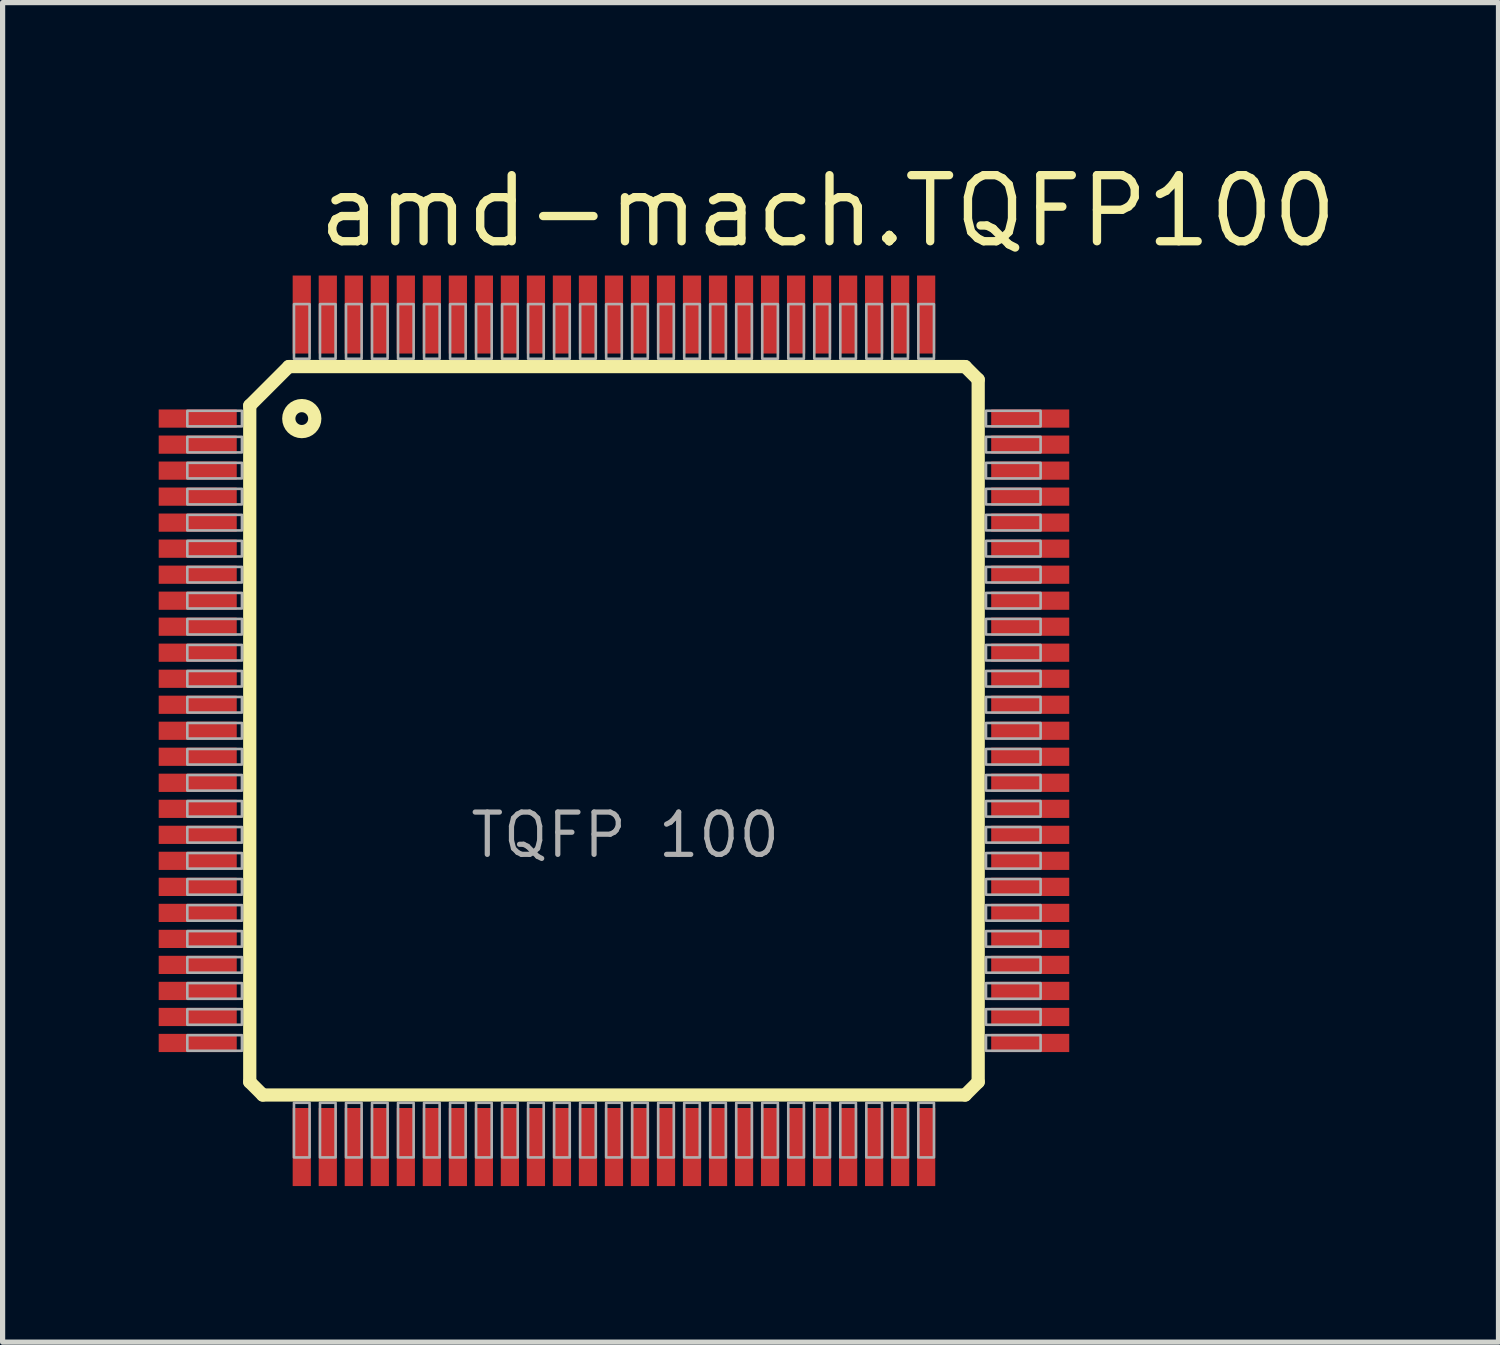
<source format=kicad_pcb>
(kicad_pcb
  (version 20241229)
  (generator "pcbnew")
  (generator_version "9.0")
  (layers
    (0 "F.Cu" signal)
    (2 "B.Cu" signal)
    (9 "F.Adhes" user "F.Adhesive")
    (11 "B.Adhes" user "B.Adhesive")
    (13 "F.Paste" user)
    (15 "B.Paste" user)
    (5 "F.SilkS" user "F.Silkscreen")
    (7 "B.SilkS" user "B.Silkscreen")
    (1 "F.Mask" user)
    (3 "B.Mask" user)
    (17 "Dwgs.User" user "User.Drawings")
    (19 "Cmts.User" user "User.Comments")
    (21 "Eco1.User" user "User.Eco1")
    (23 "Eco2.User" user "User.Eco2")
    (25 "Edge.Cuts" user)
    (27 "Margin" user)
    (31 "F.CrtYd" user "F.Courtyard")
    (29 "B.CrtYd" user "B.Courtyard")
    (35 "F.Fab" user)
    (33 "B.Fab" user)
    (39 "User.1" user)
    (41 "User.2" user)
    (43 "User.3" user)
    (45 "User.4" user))
  (footprint "amd-mach.TQFP100"
    (layer "F.Cu")
    (at 8.75 10.995)
    (property "Reference" "amd-mach.TQFP100" (at -5.76 -9.245 0) (layer "F.SilkS") (effects (font (size 1.27 1.27) (thickness 0.16)) (justify left bottom)))
    (attr smd)
    (fp_line (start -7 -6.25) (end -6.25 -7) (stroke (width 0.254) (type default)) (layer "F.SilkS"))
    (fp_line (start -7 6.75) (end -7 -6.25) (stroke (width 0.254) (type default)) (layer "F.SilkS"))
    (fp_line (start -6.75 7) (end -7 6.75) (stroke (width 0.254) (type default)) (layer "F.SilkS"))
    (fp_line (start -6.25 -7) (end 6.75 -7) (stroke (width 0.254) (type default)) (layer "F.SilkS"))
    (fp_line (start 6.75 -7) (end 7 -6.75) (stroke (width 0.254) (type default)) (layer "F.SilkS"))
    (fp_line (start 6.75 7) (end -6.75 7) (stroke (width 0.254) (type default)) (layer "F.SilkS"))
    (fp_line (start 7 -6.75) (end 7 6.75) (stroke (width 0.254) (type default)) (layer "F.SilkS"))
    (fp_line (start 7 6.75) (end 6.75 7) (stroke (width 0.254) (type default)) (layer "F.SilkS"))
    (fp_circle (center -6 -6) (end -5.75 -6) (stroke (width 0.254) (type default)) (fill no) (layer "F.SilkS"))
    (fp_rect (start -8.2 -5.85) (end -7.15 -6.15) (stroke (width 0.05) (type default)) (fill no) (layer "F.Fab"))
    (fp_rect (start -8.2 -5.35) (end -7.15 -5.65) (stroke (width 0.05) (type default)) (fill no) (layer "F.Fab"))
    (fp_rect (start -8.2 -4.85) (end -7.15 -5.15) (stroke (width 0.05) (type default)) (fill no) (layer "F.Fab"))
    (fp_rect (start -8.2 -4.35) (end -7.15 -4.65) (stroke (width 0.05) (type default)) (fill no) (layer "F.Fab"))
    (fp_rect (start -8.2 -3.85) (end -7.15 -4.15) (stroke (width 0.05) (type default)) (fill no) (layer "F.Fab"))
    (fp_rect (start -8.2 -3.35) (end -7.15 -3.65) (stroke (width 0.05) (type default)) (fill no) (layer "F.Fab"))
    (fp_rect (start -8.2 -2.85) (end -7.15 -3.15) (stroke (width 0.05) (type default)) (fill no) (layer "F.Fab"))
    (fp_rect (start -8.2 -2.35) (end -7.15 -2.65) (stroke (width 0.05) (type default)) (fill no) (layer "F.Fab"))
    (fp_rect (start -8.2 -1.85) (end -7.15 -2.15) (stroke (width 0.05) (type default)) (fill no) (layer "F.Fab"))
    (fp_rect (start -8.2 -1.35) (end -7.15 -1.65) (stroke (width 0.05) (type default)) (fill no) (layer "F.Fab"))
    (fp_rect (start -8.2 -0.85) (end -7.15 -1.15) (stroke (width 0.05) (type default)) (fill no) (layer "F.Fab"))
    (fp_rect (start -8.2 -0.35) (end -7.15 -0.65) (stroke (width 0.05) (type default)) (fill no) (layer "F.Fab"))
    (fp_rect (start -8.2 0.15) (end -7.15 -0.15) (stroke (width 0.05) (type default)) (fill no) (layer "F.Fab"))
    (fp_rect (start -8.2 0.65) (end -7.15 0.35) (stroke (width 0.05) (type default)) (fill no) (layer "F.Fab"))
    (fp_rect (start -8.2 1.15) (end -7.15 0.85) (stroke (width 0.05) (type default)) (fill no) (layer "F.Fab"))
    (fp_rect (start -8.2 1.65) (end -7.15 1.35) (stroke (width 0.05) (type default)) (fill no) (layer "F.Fab"))
    (fp_rect (start -8.2 2.15) (end -7.15 1.85) (stroke (width 0.05) (type default)) (fill no) (layer "F.Fab"))
    (fp_rect (start -8.2 2.65) (end -7.15 2.35) (stroke (width 0.05) (type default)) (fill no) (layer "F.Fab"))
    (fp_rect (start -8.2 3.15) (end -7.15 2.85) (stroke (width 0.05) (type default)) (fill no) (layer "F.Fab"))
    (fp_rect (start -8.2 3.65) (end -7.15 3.35) (stroke (width 0.05) (type default)) (fill no) (layer "F.Fab"))
    (fp_rect (start -8.2 4.15) (end -7.15 3.85) (stroke (width 0.05) (type default)) (fill no) (layer "F.Fab"))
    (fp_rect (start -8.2 4.65) (end -7.15 4.35) (stroke (width 0.05) (type default)) (fill no) (layer "F.Fab"))
    (fp_rect (start -8.2 5.15) (end -7.15 4.85) (stroke (width 0.05) (type default)) (fill no) (layer "F.Fab"))
    (fp_rect (start -8.2 5.65) (end -7.15 5.35) (stroke (width 0.05) (type default)) (fill no) (layer "F.Fab"))
    (fp_rect (start -8.2 6.15) (end -7.15 5.85) (stroke (width 0.05) (type default)) (fill no) (layer "F.Fab"))
    (fp_rect (start -6.15 -7.15) (end -5.85 -8.2) (stroke (width 0.05) (type default)) (fill no) (layer "F.Fab"))
    (fp_rect (start -6.15 8.2) (end -5.85 7.15) (stroke (width 0.05) (type default)) (fill no) (layer "F.Fab"))
    (fp_rect (start -5.65 -7.15) (end -5.35 -8.2) (stroke (width 0.05) (type default)) (fill no) (layer "F.Fab"))
    (fp_rect (start -5.65 8.2) (end -5.35 7.15) (stroke (width 0.05) (type default)) (fill no) (layer "F.Fab"))
    (fp_rect (start -5.15 -7.15) (end -4.85 -8.2) (stroke (width 0.05) (type default)) (fill no) (layer "F.Fab"))
    (fp_rect (start -5.15 8.2) (end -4.85 7.15) (stroke (width 0.05) (type default)) (fill no) (layer "F.Fab"))
    (fp_rect (start -4.65 -7.15) (end -4.35 -8.2) (stroke (width 0.05) (type default)) (fill no) (layer "F.Fab"))
    (fp_rect (start -4.65 8.2) (end -4.35 7.15) (stroke (width 0.05) (type default)) (fill no) (layer "F.Fab"))
    (fp_rect (start -4.15 -7.15) (end -3.85 -8.2) (stroke (width 0.05) (type default)) (fill no) (layer "F.Fab"))
    (fp_rect (start -4.15 8.2) (end -3.85 7.15) (stroke (width 0.05) (type default)) (fill no) (layer "F.Fab"))
    (fp_rect (start -3.65 -7.15) (end -3.35 -8.2) (stroke (width 0.05) (type default)) (fill no) (layer "F.Fab"))
    (fp_rect (start -3.65 8.2) (end -3.35 7.15) (stroke (width 0.05) (type default)) (fill no) (layer "F.Fab"))
    (fp_rect (start -3.15 -7.15) (end -2.85 -8.2) (stroke (width 0.05) (type default)) (fill no) (layer "F.Fab"))
    (fp_rect (start -3.15 8.2) (end -2.85 7.15) (stroke (width 0.05) (type default)) (fill no) (layer "F.Fab"))
    (fp_rect (start -2.65 -7.15) (end -2.35 -8.2) (stroke (width 0.05) (type default)) (fill no) (layer "F.Fab"))
    (fp_rect (start -2.65 8.2) (end -2.35 7.15) (stroke (width 0.05) (type default)) (fill no) (layer "F.Fab"))
    (fp_rect (start -2.15 -7.15) (end -1.85 -8.2) (stroke (width 0.05) (type default)) (fill no) (layer "F.Fab"))
    (fp_rect (start -2.15 8.2) (end -1.85 7.15) (stroke (width 0.05) (type default)) (fill no) (layer "F.Fab"))
    (fp_rect (start -1.65 -7.15) (end -1.35 -8.2) (stroke (width 0.05) (type default)) (fill no) (layer "F.Fab"))
    (fp_rect (start -1.65 8.2) (end -1.35 7.15) (stroke (width 0.05) (type default)) (fill no) (layer "F.Fab"))
    (fp_rect (start -1.15 -7.15) (end -0.85 -8.2) (stroke (width 0.05) (type default)) (fill no) (layer "F.Fab"))
    (fp_rect (start -1.15 8.2) (end -0.85 7.15) (stroke (width 0.05) (type default)) (fill no) (layer "F.Fab"))
    (fp_rect (start -0.65 -7.15) (end -0.35 -8.2) (stroke (width 0.05) (type default)) (fill no) (layer "F.Fab"))
    (fp_rect (start -0.65 8.2) (end -0.35 7.15) (stroke (width 0.05) (type default)) (fill no) (layer "F.Fab"))
    (fp_rect (start -0.15 -7.15) (end 0.15 -8.2) (stroke (width 0.05) (type default)) (fill no) (layer "F.Fab"))
    (fp_rect (start -0.15 8.2) (end 0.15 7.15) (stroke (width 0.05) (type default)) (fill no) (layer "F.Fab"))
    (fp_rect (start 0.35 -7.15) (end 0.65 -8.2) (stroke (width 0.05) (type default)) (fill no) (layer "F.Fab"))
    (fp_rect (start 0.35 8.2) (end 0.65 7.15) (stroke (width 0.05) (type default)) (fill no) (layer "F.Fab"))
    (fp_rect (start 0.85 -7.15) (end 1.15 -8.2) (stroke (width 0.05) (type default)) (fill no) (layer "F.Fab"))
    (fp_rect (start 0.85 8.2) (end 1.15 7.15) (stroke (width 0.05) (type default)) (fill no) (layer "F.Fab"))
    (fp_rect (start 1.35 -7.15) (end 1.65 -8.2) (stroke (width 0.05) (type default)) (fill no) (layer "F.Fab"))
    (fp_rect (start 1.35 8.2) (end 1.65 7.15) (stroke (width 0.05) (type default)) (fill no) (layer "F.Fab"))
    (fp_rect (start 1.85 -7.15) (end 2.15 -8.2) (stroke (width 0.05) (type default)) (fill no) (layer "F.Fab"))
    (fp_rect (start 1.85 8.2) (end 2.15 7.15) (stroke (width 0.05) (type default)) (fill no) (layer "F.Fab"))
    (fp_rect (start 2.35 -7.15) (end 2.65 -8.2) (stroke (width 0.05) (type default)) (fill no) (layer "F.Fab"))
    (fp_rect (start 2.35 8.2) (end 2.65 7.15) (stroke (width 0.05) (type default)) (fill no) (layer "F.Fab"))
    (fp_rect (start 2.85 -7.15) (end 3.15 -8.2) (stroke (width 0.05) (type default)) (fill no) (layer "F.Fab"))
    (fp_rect (start 2.85 8.2) (end 3.15 7.15) (stroke (width 0.05) (type default)) (fill no) (layer "F.Fab"))
    (fp_rect (start 3.35 -7.15) (end 3.65 -8.2) (stroke (width 0.05) (type default)) (fill no) (layer "F.Fab"))
    (fp_rect (start 3.35 8.2) (end 3.65 7.15) (stroke (width 0.05) (type default)) (fill no) (layer "F.Fab"))
    (fp_rect (start 3.85 -7.15) (end 4.15 -8.2) (stroke (width 0.05) (type default)) (fill no) (layer "F.Fab"))
    (fp_rect (start 3.85 8.2) (end 4.15 7.15) (stroke (width 0.05) (type default)) (fill no) (layer "F.Fab"))
    (fp_rect (start 4.35 -7.15) (end 4.65 -8.2) (stroke (width 0.05) (type default)) (fill no) (layer "F.Fab"))
    (fp_rect (start 4.35 8.2) (end 4.65 7.15) (stroke (width 0.05) (type default)) (fill no) (layer "F.Fab"))
    (fp_rect (start 4.85 -7.15) (end 5.15 -8.2) (stroke (width 0.05) (type default)) (fill no) (layer "F.Fab"))
    (fp_rect (start 4.85 8.2) (end 5.15 7.15) (stroke (width 0.05) (type default)) (fill no) (layer "F.Fab"))
    (fp_rect (start 5.35 -7.15) (end 5.65 -8.2) (stroke (width 0.05) (type default)) (fill no) (layer "F.Fab"))
    (fp_rect (start 5.35 8.2) (end 5.65 7.15) (stroke (width 0.05) (type default)) (fill no) (layer "F.Fab"))
    (fp_rect (start 5.85 -7.15) (end 6.15 -8.2) (stroke (width 0.05) (type default)) (fill no) (layer "F.Fab"))
    (fp_rect (start 5.85 8.2) (end 6.15 7.15) (stroke (width 0.05) (type default)) (fill no) (layer "F.Fab"))
    (fp_rect (start 7.15 -5.85) (end 8.2 -6.15) (stroke (width 0.05) (type default)) (fill no) (layer "F.Fab"))
    (fp_rect (start 7.15 -5.35) (end 8.2 -5.65) (stroke (width 0.05) (type default)) (fill no) (layer "F.Fab"))
    (fp_rect (start 7.15 -4.85) (end 8.2 -5.15) (stroke (width 0.05) (type default)) (fill no) (layer "F.Fab"))
    (fp_rect (start 7.15 -4.35) (end 8.2 -4.65) (stroke (width 0.05) (type default)) (fill no) (layer "F.Fab"))
    (fp_rect (start 7.15 -3.85) (end 8.2 -4.15) (stroke (width 0.05) (type default)) (fill no) (layer "F.Fab"))
    (fp_rect (start 7.15 -3.35) (end 8.2 -3.65) (stroke (width 0.05) (type default)) (fill no) (layer "F.Fab"))
    (fp_rect (start 7.15 -2.85) (end 8.2 -3.15) (stroke (width 0.05) (type default)) (fill no) (layer "F.Fab"))
    (fp_rect (start 7.15 -2.35) (end 8.2 -2.65) (stroke (width 0.05) (type default)) (fill no) (layer "F.Fab"))
    (fp_rect (start 7.15 -1.85) (end 8.2 -2.15) (stroke (width 0.05) (type default)) (fill no) (layer "F.Fab"))
    (fp_rect (start 7.15 -1.35) (end 8.2 -1.65) (stroke (width 0.05) (type default)) (fill no) (layer "F.Fab"))
    (fp_rect (start 7.15 -0.85) (end 8.2 -1.15) (stroke (width 0.05) (type default)) (fill no) (layer "F.Fab"))
    (fp_rect (start 7.15 -0.35) (end 8.2 -0.65) (stroke (width 0.05) (type default)) (fill no) (layer "F.Fab"))
    (fp_rect (start 7.15 0.15) (end 8.2 -0.15) (stroke (width 0.05) (type default)) (fill no) (layer "F.Fab"))
    (fp_rect (start 7.15 0.65) (end 8.2 0.35) (stroke (width 0.05) (type default)) (fill no) (layer "F.Fab"))
    (fp_rect (start 7.15 1.15) (end 8.2 0.85) (stroke (width 0.05) (type default)) (fill no) (layer "F.Fab"))
    (fp_rect (start 7.15 1.65) (end 8.2 1.35) (stroke (width 0.05) (type default)) (fill no) (layer "F.Fab"))
    (fp_rect (start 7.15 2.15) (end 8.2 1.85) (stroke (width 0.05) (type default)) (fill no) (layer "F.Fab"))
    (fp_rect (start 7.15 2.65) (end 8.2 2.35) (stroke (width 0.05) (type default)) (fill no) (layer "F.Fab"))
    (fp_rect (start 7.15 3.15) (end 8.2 2.85) (stroke (width 0.05) (type default)) (fill no) (layer "F.Fab"))
    (fp_rect (start 7.15 3.65) (end 8.2 3.35) (stroke (width 0.05) (type default)) (fill no) (layer "F.Fab"))
    (fp_rect (start 7.15 4.15) (end 8.2 3.85) (stroke (width 0.05) (type default)) (fill no) (layer "F.Fab"))
    (fp_rect (start 7.15 4.65) (end 8.2 4.35) (stroke (width 0.05) (type default)) (fill no) (layer "F.Fab"))
    (fp_rect (start 7.15 5.15) (end 8.2 4.85) (stroke (width 0.05) (type default)) (fill no) (layer "F.Fab"))
    (fp_rect (start 7.15 5.65) (end 8.2 5.35) (stroke (width 0.05) (type default)) (fill no) (layer "F.Fab"))
    (fp_rect (start 7.15 6.15) (end 8.2 5.85) (stroke (width 0.05) (type default)) (fill no) (layer "F.Fab"))
    (fp_text user "TQFP 100" (at -2.81 2.48 0) (layer "F.Fab") (effects (font (size 0.813 0.813) (thickness 0.1)) (justify left bottom)))
    (pad "1" smd roundrect (at -8 -6) (size 1.5 0.35) (layers "F.Cu" "F.Mask" "F.Paste") (roundrect_rratio 0.01))
    (pad "2" smd roundrect (at -8 -5.5) (size 1.5 0.35) (layers "F.Cu" "F.Mask" "F.Paste") (roundrect_rratio 0.01))
    (pad "3" smd roundrect (at -8 -5) (size 1.5 0.35) (layers "F.Cu" "F.Mask" "F.Paste") (roundrect_rratio 0.01))
    (pad "4" smd roundrect (at -8 -4.5) (size 1.5 0.35) (layers "F.Cu" "F.Mask" "F.Paste") (roundrect_rratio 0.01))
    (pad "5" smd roundrect (at -8 -4) (size 1.5 0.35) (layers "F.Cu" "F.Mask" "F.Paste") (roundrect_rratio 0.01))
    (pad "6" smd roundrect (at -8 -3.5) (size 1.5 0.35) (layers "F.Cu" "F.Mask" "F.Paste") (roundrect_rratio 0.01))
    (pad "7" smd roundrect (at -8 -3) (size 1.5 0.35) (layers "F.Cu" "F.Mask" "F.Paste") (roundrect_rratio 0.01))
    (pad "8" smd roundrect (at -8 -2.5) (size 1.5 0.35) (layers "F.Cu" "F.Mask" "F.Paste") (roundrect_rratio 0.01))
    (pad "9" smd roundrect (at -8 -2) (size 1.5 0.35) (layers "F.Cu" "F.Mask" "F.Paste") (roundrect_rratio 0.01))
    (pad "10" smd roundrect (at -8 -1.5) (size 1.5 0.35) (layers "F.Cu" "F.Mask" "F.Paste") (roundrect_rratio 0.01))
    (pad "11" smd roundrect (at -8 -1) (size 1.5 0.35) (layers "F.Cu" "F.Mask" "F.Paste") (roundrect_rratio 0.01))
    (pad "12" smd roundrect (at -8 -0.5) (size 1.5 0.35) (layers "F.Cu" "F.Mask" "F.Paste") (roundrect_rratio 0.01))
    (pad "13" smd roundrect (at -8 0) (size 1.5 0.35) (layers "F.Cu" "F.Mask" "F.Paste") (roundrect_rratio 0.01))
    (pad "14" smd roundrect (at -8 0.5) (size 1.5 0.35) (layers "F.Cu" "F.Mask" "F.Paste") (roundrect_rratio 0.01))
    (pad "15" smd roundrect (at -8 1) (size 1.5 0.35) (layers "F.Cu" "F.Mask" "F.Paste") (roundrect_rratio 0.01))
    (pad "16" smd roundrect (at -8 1.5) (size 1.5 0.35) (layers "F.Cu" "F.Mask" "F.Paste") (roundrect_rratio 0.01))
    (pad "17" smd roundrect (at -8 2) (size 1.5 0.35) (layers "F.Cu" "F.Mask" "F.Paste") (roundrect_rratio 0.01))
    (pad "18" smd roundrect (at -8 2.5) (size 1.5 0.35) (layers "F.Cu" "F.Mask" "F.Paste") (roundrect_rratio 0.01))
    (pad "19" smd roundrect (at -8 3) (size 1.5 0.35) (layers "F.Cu" "F.Mask" "F.Paste") (roundrect_rratio 0.01))
    (pad "20" smd roundrect (at -8 3.5) (size 1.5 0.35) (layers "F.Cu" "F.Mask" "F.Paste") (roundrect_rratio 0.01))
    (pad "21" smd roundrect (at -8 4) (size 1.5 0.35) (layers "F.Cu" "F.Mask" "F.Paste") (roundrect_rratio 0.01))
    (pad "22" smd roundrect (at -8 4.5) (size 1.5 0.35) (layers "F.Cu" "F.Mask" "F.Paste") (roundrect_rratio 0.01))
    (pad "23" smd roundrect (at -8 5) (size 1.5 0.35) (layers "F.Cu" "F.Mask" "F.Paste") (roundrect_rratio 0.01))
    (pad "24" smd roundrect (at -8 5.5) (size 1.5 0.35) (layers "F.Cu" "F.Mask" "F.Paste") (roundrect_rratio 0.01))
    (pad "25" smd roundrect (at -8 6) (size 1.5 0.35) (layers "F.Cu" "F.Mask" "F.Paste") (roundrect_rratio 0.01))
    (pad "26" smd roundrect (at -6 8) (size 0.35 1.5) (layers "F.Cu" "F.Mask" "F.Paste") (roundrect_rratio 0.01))
    (pad "27" smd roundrect (at -5.5 8) (size 0.35 1.5) (layers "F.Cu" "F.Mask" "F.Paste") (roundrect_rratio 0.01))
    (pad "28" smd roundrect (at -5 8) (size 0.35 1.5) (layers "F.Cu" "F.Mask" "F.Paste") (roundrect_rratio 0.01))
    (pad "29" smd roundrect (at -4.5 8) (size 0.35 1.5) (layers "F.Cu" "F.Mask" "F.Paste") (roundrect_rratio 0.01))
    (pad "30" smd roundrect (at -4 8) (size 0.35 1.5) (layers "F.Cu" "F.Mask" "F.Paste") (roundrect_rratio 0.01))
    (pad "31" smd roundrect (at -3.5 8) (size 0.35 1.5) (layers "F.Cu" "F.Mask" "F.Paste") (roundrect_rratio 0.01))
    (pad "32" smd roundrect (at -3 8) (size 0.35 1.5) (layers "F.Cu" "F.Mask" "F.Paste") (roundrect_rratio 0.01))
    (pad "33" smd roundrect (at -2.5 8) (size 0.35 1.5) (layers "F.Cu" "F.Mask" "F.Paste") (roundrect_rratio 0.01))
    (pad "34" smd roundrect (at -2 8) (size 0.35 1.5) (layers "F.Cu" "F.Mask" "F.Paste") (roundrect_rratio 0.01))
    (pad "35" smd roundrect (at -1.5 8) (size 0.35 1.5) (layers "F.Cu" "F.Mask" "F.Paste") (roundrect_rratio 0.01))
    (pad "36" smd roundrect (at -1 8) (size 0.35 1.5) (layers "F.Cu" "F.Mask" "F.Paste") (roundrect_rratio 0.01))
    (pad "37" smd roundrect (at -0.5 8) (size 0.35 1.5) (layers "F.Cu" "F.Mask" "F.Paste") (roundrect_rratio 0.01))
    (pad "38" smd roundrect (at 0 8) (size 0.35 1.5) (layers "F.Cu" "F.Mask" "F.Paste") (roundrect_rratio 0.01))
    (pad "39" smd roundrect (at 0.5 8) (size 0.35 1.5) (layers "F.Cu" "F.Mask" "F.Paste") (roundrect_rratio 0.01))
    (pad "40" smd roundrect (at 1 8) (size 0.35 1.5) (layers "F.Cu" "F.Mask" "F.Paste") (roundrect_rratio 0.01))
    (pad "41" smd roundrect (at 1.5 8) (size 0.35 1.5) (layers "F.Cu" "F.Mask" "F.Paste") (roundrect_rratio 0.01))
    (pad "42" smd roundrect (at 2 8) (size 0.35 1.5) (layers "F.Cu" "F.Mask" "F.Paste") (roundrect_rratio 0.01))
    (pad "43" smd roundrect (at 2.5 8) (size 0.35 1.5) (layers "F.Cu" "F.Mask" "F.Paste") (roundrect_rratio 0.01))
    (pad "44" smd roundrect (at 3 8) (size 0.35 1.5) (layers "F.Cu" "F.Mask" "F.Paste") (roundrect_rratio 0.01))
    (pad "45" smd roundrect (at 3.5 8) (size 0.35 1.5) (layers "F.Cu" "F.Mask" "F.Paste") (roundrect_rratio 0.01))
    (pad "46" smd roundrect (at 4 8) (size 0.35 1.5) (layers "F.Cu" "F.Mask" "F.Paste") (roundrect_rratio 0.01))
    (pad "47" smd roundrect (at 4.5 8) (size 0.35 1.5) (layers "F.Cu" "F.Mask" "F.Paste") (roundrect_rratio 0.01))
    (pad "48" smd roundrect (at 5 8) (size 0.35 1.5) (layers "F.Cu" "F.Mask" "F.Paste") (roundrect_rratio 0.01))
    (pad "49" smd roundrect (at 5.5 8) (size 0.35 1.5) (layers "F.Cu" "F.Mask" "F.Paste") (roundrect_rratio 0.01))
    (pad "50" smd roundrect (at 6 8) (size 0.35 1.5) (layers "F.Cu" "F.Mask" "F.Paste") (roundrect_rratio 0.01))
    (pad "51" smd roundrect (at 8 6) (size 1.5 0.35) (layers "F.Cu" "F.Mask" "F.Paste") (roundrect_rratio 0.01))
    (pad "52" smd roundrect (at 8 5.5) (size 1.5 0.35) (layers "F.Cu" "F.Mask" "F.Paste") (roundrect_rratio 0.01))
    (pad "53" smd roundrect (at 8 5) (size 1.5 0.35) (layers "F.Cu" "F.Mask" "F.Paste") (roundrect_rratio 0.01))
    (pad "54" smd roundrect (at 8 4.5) (size 1.5 0.35) (layers "F.Cu" "F.Mask" "F.Paste") (roundrect_rratio 0.01))
    (pad "55" smd roundrect (at 8 4) (size 1.5 0.35) (layers "F.Cu" "F.Mask" "F.Paste") (roundrect_rratio 0.01))
    (pad "56" smd roundrect (at 8 3.5) (size 1.5 0.35) (layers "F.Cu" "F.Mask" "F.Paste") (roundrect_rratio 0.01))
    (pad "57" smd roundrect (at 8 3) (size 1.5 0.35) (layers "F.Cu" "F.Mask" "F.Paste") (roundrect_rratio 0.01))
    (pad "58" smd roundrect (at 8 2.5) (size 1.5 0.35) (layers "F.Cu" "F.Mask" "F.Paste") (roundrect_rratio 0.01))
    (pad "59" smd roundrect (at 8 2) (size 1.5 0.35) (layers "F.Cu" "F.Mask" "F.Paste") (roundrect_rratio 0.01))
    (pad "60" smd roundrect (at 8 1.5) (size 1.5 0.35) (layers "F.Cu" "F.Mask" "F.Paste") (roundrect_rratio 0.01))
    (pad "61" smd roundrect (at 8 1) (size 1.5 0.35) (layers "F.Cu" "F.Mask" "F.Paste") (roundrect_rratio 0.01))
    (pad "62" smd roundrect (at 8 0.5) (size 1.5 0.35) (layers "F.Cu" "F.Mask" "F.Paste") (roundrect_rratio 0.01))
    (pad "63" smd roundrect (at 8 0) (size 1.5 0.35) (layers "F.Cu" "F.Mask" "F.Paste") (roundrect_rratio 0.01))
    (pad "64" smd roundrect (at 8 -0.5) (size 1.5 0.35) (layers "F.Cu" "F.Mask" "F.Paste") (roundrect_rratio 0.01))
    (pad "65" smd roundrect (at 8 -1) (size 1.5 0.35) (layers "F.Cu" "F.Mask" "F.Paste") (roundrect_rratio 0.01))
    (pad "66" smd roundrect (at 8 -1.5) (size 1.5 0.35) (layers "F.Cu" "F.Mask" "F.Paste") (roundrect_rratio 0.01))
    (pad "67" smd roundrect (at 8 -2) (size 1.5 0.35) (layers "F.Cu" "F.Mask" "F.Paste") (roundrect_rratio 0.01))
    (pad "68" smd roundrect (at 8 -2.5) (size 1.5 0.35) (layers "F.Cu" "F.Mask" "F.Paste") (roundrect_rratio 0.01))
    (pad "69" smd roundrect (at 8 -3) (size 1.5 0.35) (layers "F.Cu" "F.Mask" "F.Paste") (roundrect_rratio 0.01))
    (pad "70" smd roundrect (at 8 -3.5) (size 1.5 0.35) (layers "F.Cu" "F.Mask" "F.Paste") (roundrect_rratio 0.01))
    (pad "71" smd roundrect (at 8 -4) (size 1.5 0.35) (layers "F.Cu" "F.Mask" "F.Paste") (roundrect_rratio 0.01))
    (pad "72" smd roundrect (at 8 -4.5) (size 1.5 0.35) (layers "F.Cu" "F.Mask" "F.Paste") (roundrect_rratio 0.01))
    (pad "73" smd roundrect (at 8 -5) (size 1.5 0.35) (layers "F.Cu" "F.Mask" "F.Paste") (roundrect_rratio 0.01))
    (pad "74" smd roundrect (at 8 -5.5) (size 1.5 0.35) (layers "F.Cu" "F.Mask" "F.Paste") (roundrect_rratio 0.01))
    (pad "75" smd roundrect (at 8 -6) (size 1.5 0.35) (layers "F.Cu" "F.Mask" "F.Paste") (roundrect_rratio 0.01))
    (pad "76" smd roundrect (at 6 -8) (size 0.35 1.5) (layers "F.Cu" "F.Mask" "F.Paste") (roundrect_rratio 0.01))
    (pad "77" smd roundrect (at 5.5 -8) (size 0.35 1.5) (layers "F.Cu" "F.Mask" "F.Paste") (roundrect_rratio 0.01))
    (pad "78" smd roundrect (at 5 -8) (size 0.35 1.5) (layers "F.Cu" "F.Mask" "F.Paste") (roundrect_rratio 0.01))
    (pad "79" smd roundrect (at 4.5 -8) (size 0.35 1.5) (layers "F.Cu" "F.Mask" "F.Paste") (roundrect_rratio 0.01))
    (pad "80" smd roundrect (at 4 -8) (size 0.35 1.5) (layers "F.Cu" "F.Mask" "F.Paste") (roundrect_rratio 0.01))
    (pad "81" smd roundrect (at 3.5 -8) (size 0.35 1.5) (layers "F.Cu" "F.Mask" "F.Paste") (roundrect_rratio 0.01))
    (pad "82" smd roundrect (at 3 -8) (size 0.35 1.5) (layers "F.Cu" "F.Mask" "F.Paste") (roundrect_rratio 0.01))
    (pad "83" smd roundrect (at 2.5 -8) (size 0.35 1.5) (layers "F.Cu" "F.Mask" "F.Paste") (roundrect_rratio 0.01))
    (pad "84" smd roundrect (at 2 -8) (size 0.35 1.5) (layers "F.Cu" "F.Mask" "F.Paste") (roundrect_rratio 0.01))
    (pad "85" smd roundrect (at 1.5 -8) (size 0.35 1.5) (layers "F.Cu" "F.Mask" "F.Paste") (roundrect_rratio 0.01))
    (pad "86" smd roundrect (at 1 -8) (size 0.35 1.5) (layers "F.Cu" "F.Mask" "F.Paste") (roundrect_rratio 0.01))
    (pad "87" smd roundrect (at 0.5 -8) (size 0.35 1.5) (layers "F.Cu" "F.Mask" "F.Paste") (roundrect_rratio 0.01))
    (pad "88" smd roundrect (at 0 -8) (size 0.35 1.5) (layers "F.Cu" "F.Mask" "F.Paste") (roundrect_rratio 0.01))
    (pad "89" smd roundrect (at -0.5 -8) (size 0.35 1.5) (layers "F.Cu" "F.Mask" "F.Paste") (roundrect_rratio 0.01))
    (pad "90" smd roundrect (at -1 -8) (size 0.35 1.5) (layers "F.Cu" "F.Mask" "F.Paste") (roundrect_rratio 0.01))
    (pad "91" smd roundrect (at -1.5 -8) (size 0.35 1.5) (layers "F.Cu" "F.Mask" "F.Paste") (roundrect_rratio 0.01))
    (pad "92" smd roundrect (at -2 -8) (size 0.35 1.5) (layers "F.Cu" "F.Mask" "F.Paste") (roundrect_rratio 0.01))
    (pad "93" smd roundrect (at -2.5 -8) (size 0.35 1.5) (layers "F.Cu" "F.Mask" "F.Paste") (roundrect_rratio 0.01))
    (pad "94" smd roundrect (at -3 -8) (size 0.35 1.5) (layers "F.Cu" "F.Mask" "F.Paste") (roundrect_rratio 0.01))
    (pad "95" smd roundrect (at -3.5 -8) (size 0.35 1.5) (layers "F.Cu" "F.Mask" "F.Paste") (roundrect_rratio 0.01))
    (pad "96" smd roundrect (at -4 -8) (size 0.35 1.5) (layers "F.Cu" "F.Mask" "F.Paste") (roundrect_rratio 0.01))
    (pad "97" smd roundrect (at -4.5 -8) (size 0.35 1.5) (layers "F.Cu" "F.Mask" "F.Paste") (roundrect_rratio 0.01))
    (pad "98" smd roundrect (at -5 -8) (size 0.35 1.5) (layers "F.Cu" "F.Mask" "F.Paste") (roundrect_rratio 0.01))
    (pad "99" smd roundrect (at -5.5 -8) (size 0.35 1.5) (layers "F.Cu" "F.Mask" "F.Paste") (roundrect_rratio 0.01))
    (pad "100" smd roundrect (at -6 -8) (size 0.35 1.5) (layers "F.Cu" "F.Mask" "F.Paste") (roundrect_rratio 0.01)))
  (gr_rect
    (start -3 -3)
    (end 25.75 22.745)
    (stroke (width 0.1) (type default))
    (fill no)
    (layer "Edge.Cuts")))
</source>
